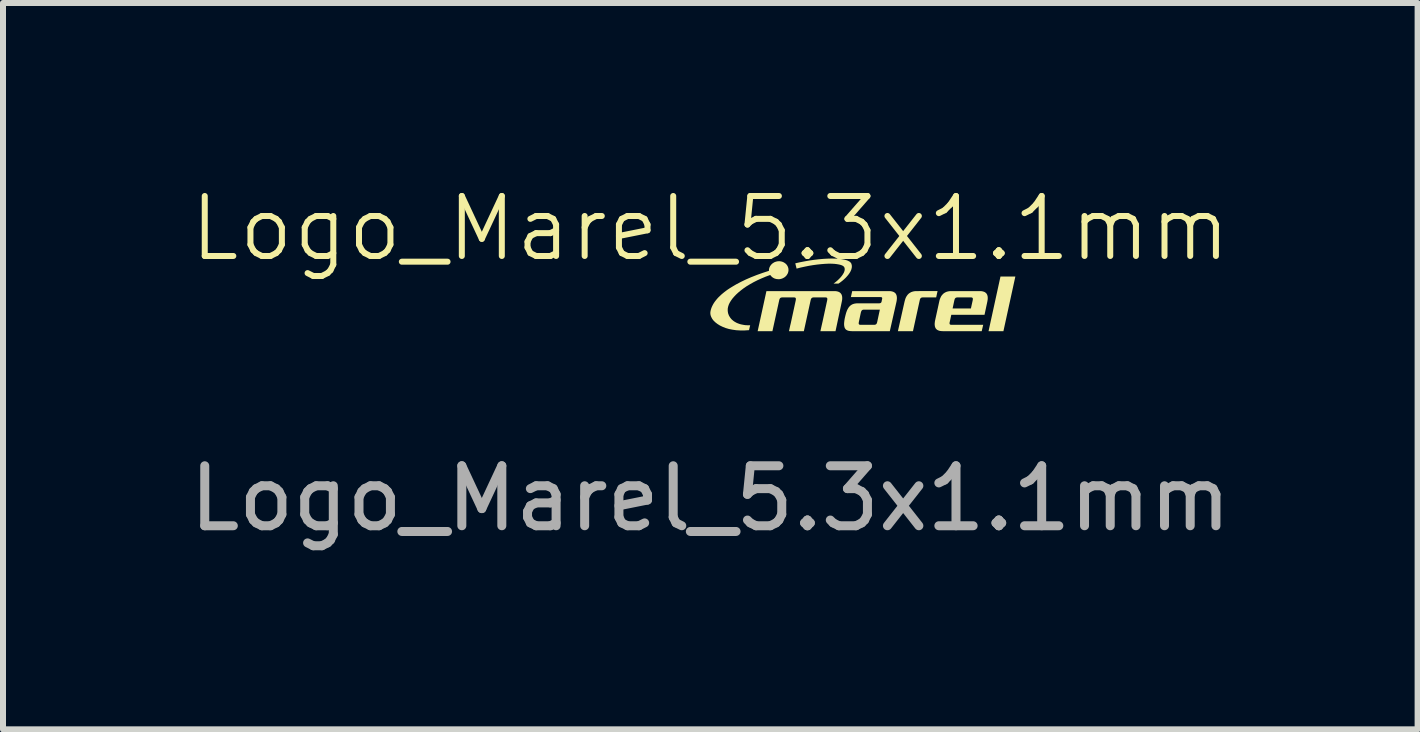
<source format=kicad_pcb>
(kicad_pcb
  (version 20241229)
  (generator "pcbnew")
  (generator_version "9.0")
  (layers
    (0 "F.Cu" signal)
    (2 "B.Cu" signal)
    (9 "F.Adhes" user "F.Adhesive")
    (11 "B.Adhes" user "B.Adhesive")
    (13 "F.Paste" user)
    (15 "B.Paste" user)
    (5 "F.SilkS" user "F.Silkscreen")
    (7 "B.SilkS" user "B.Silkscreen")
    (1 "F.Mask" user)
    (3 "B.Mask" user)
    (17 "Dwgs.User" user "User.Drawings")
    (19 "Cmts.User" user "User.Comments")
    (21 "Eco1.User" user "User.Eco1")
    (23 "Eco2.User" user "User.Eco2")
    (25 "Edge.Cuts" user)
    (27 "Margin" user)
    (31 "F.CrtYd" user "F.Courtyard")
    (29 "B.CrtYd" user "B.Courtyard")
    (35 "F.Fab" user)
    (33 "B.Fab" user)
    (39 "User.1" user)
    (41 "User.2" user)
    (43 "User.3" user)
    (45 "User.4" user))
  (footprint "Logo_Marel_5.3x1.1mm"
    (layer "F.Cu")
    (at 8.792 1.26)
    (property "Reference" "Logo_Marel_5.3x1.1mm" (at 0 -0.5 0) (unlocked yes) (layer "F.SilkS") (effects (font (size 1 1) (thickness 0.1))))
    (attr smd)
    (fp_poly (pts (xy 4.886 1.211) (xy 4.638 1.211) (xy 4.837 0.3) (xy 5.085 0.3)) (stroke (width -0.000001) (type solid)) (fill yes) (layer "F.SilkS"))
    (fp_poly (pts (xy 3.765 0.648) (xy 3.545 0.648) (xy 3.539 0.648) (xy 3.533 0.649) (xy 3.531 0.649) (xy 3.528 0.65) (xy 3.526 0.65) (xy 3.523 0.651) (xy 3.521 0.651) (xy 3.519 0.652) (xy 3.517 0.653) (xy 3.515 0.654) (xy 3.513 0.655) (xy 3.511 0.656) (xy 3.51 0.658) (xy 3.508 0.659) (xy 3.506 0.66) (xy 3.505 0.662) (xy 3.504 0.664) (xy 3.502 0.666) (xy 3.501 0.667) (xy 3.5 0.669) (xy 3.499 0.672) (xy 3.498 0.674) (xy 3.495 0.679) (xy 3.494 0.684) (xy 3.492 0.69) (xy 3.491 0.696) (xy 3.461 0.832) (xy 3.378 1.211) (xy 3.127 1.211) (xy 3.237 0.722) (xy 3.243 0.699) (xy 3.249 0.679) (xy 3.252 0.669) (xy 3.256 0.659) (xy 3.26 0.65) (xy 3.264 0.642) (xy 3.269 0.633) (xy 3.274 0.625) (xy 3.279 0.618) (xy 3.284 0.611) (xy 3.289 0.604) (xy 3.295 0.598) (xy 3.301 0.592) (xy 3.307 0.586) (xy 3.314 0.58) (xy 3.321 0.576) (xy 3.328 0.571) (xy 3.335 0.567) (xy 3.343 0.563) (xy 3.35 0.559) (xy 3.359 0.556) (xy 3.367 0.553) (xy 3.376 0.551) (xy 3.385 0.548) (xy 3.394 0.547) (xy 3.403 0.545) (xy 3.423 0.543) (xy 3.444 0.543) (xy 3.788 0.542)) (stroke (width -0.000001) (type solid)) (fill yes) (layer "F.SilkS"))
    (fp_poly (pts (xy 2.081 0.001) (xy 2.14 0.004) (xy 2.193 0.011) (xy 2.24 0.02) (xy 2.28 0.031) (xy 2.312 0.046) (xy 2.325 0.054) (xy 2.335 0.064) (xy 2.344 0.073) (xy 2.35 0.084) (xy 2.353 0.094) (xy 2.356 0.103) (xy 2.358 0.113) (xy 2.359 0.123) (xy 2.359 0.134) (xy 2.359 0.144) (xy 2.357 0.154) (xy 2.355 0.165) (xy 2.352 0.176) (xy 2.349 0.187) (xy 2.344 0.198) (xy 2.339 0.209) (xy 2.334 0.22) (xy 2.327 0.231) (xy 2.321 0.242) (xy 2.313 0.253) (xy 2.297 0.275) (xy 2.278 0.297) (xy 2.258 0.319) (xy 2.236 0.34) (xy 2.213 0.361) (xy 2.188 0.381) (xy 2.163 0.4) (xy 2.136 0.418) (xy 2.054 0.418) (xy 2.073 0.404) (xy 2.092 0.389) (xy 2.11 0.374) (xy 2.129 0.357) (xy 2.146 0.34) (xy 2.163 0.323) (xy 2.179 0.305) (xy 2.193 0.287) (xy 2.206 0.269) (xy 2.217 0.251) (xy 2.222 0.242) (xy 2.227 0.233) (xy 2.23 0.224) (xy 2.234 0.215) (xy 2.236 0.207) (xy 2.238 0.198) (xy 2.24 0.19) (xy 2.24 0.182) (xy 2.24 0.174) (xy 2.239 0.166) (xy 2.238 0.158) (xy 2.235 0.151) (xy 2.231 0.142) (xy 2.225 0.134) (xy 2.216 0.127) (xy 2.206 0.12) (xy 2.194 0.114) (xy 2.18 0.109) (xy 2.164 0.104) (xy 2.147 0.1) (xy 2.108 0.093) (xy 2.064 0.088) (xy 2.014 0.086) (xy 1.961 0.086) (xy 1.903 0.089) (xy 1.842 0.094) (xy 1.778 0.101) (xy 1.712 0.11) (xy 1.645 0.121) (xy 1.576 0.135) (xy 1.507 0.15) (xy 1.438 0.168) (xy 1.416 0.08) (xy 1.494 0.062) (xy 1.572 0.047) (xy 1.651 0.033) (xy 1.728 0.022) (xy 1.804 0.013) (xy 1.879 0.006) (xy 1.95 0.002) (xy 2.018 0.000034)) (stroke (width -0.000001) (type solid)) (fill yes) (layer "F.SilkS"))
    (fp_poly (pts (xy 2.071 0.543) (xy 2.081 0.543) (xy 2.091 0.544) (xy 2.1 0.545) (xy 2.109 0.547) (xy 2.117 0.548) (xy 2.125 0.551) (xy 2.133 0.553) (xy 2.14 0.556) (xy 2.147 0.559) (xy 2.153 0.563) (xy 2.159 0.567) (xy 2.164 0.571) (xy 2.17 0.576) (xy 2.174 0.581) (xy 2.178 0.586) (xy 2.182 0.592) (xy 2.186 0.598) (xy 2.189 0.604) (xy 2.191 0.611) (xy 2.194 0.618) (xy 2.195 0.626) (xy 2.197 0.633) (xy 2.198 0.642) (xy 2.198 0.65) (xy 2.199 0.66) (xy 2.198 0.669) (xy 2.198 0.679) (xy 2.197 0.689) (xy 2.195 0.7) (xy 2.193 0.711) (xy 2.191 0.722) (xy 2.087 1.211) (xy 1.835 1.211) (xy 1.856 1.116) (xy 1.859 1.103) (xy 1.862 1.09) (xy 1.865 1.076) (xy 1.869 1.06) (xy 1.948 0.696) (xy 1.949 0.69) (xy 1.95 0.684) (xy 1.95 0.679) (xy 1.95 0.674) (xy 1.95 0.672) (xy 1.95 0.67) (xy 1.95 0.668) (xy 1.949 0.666) (xy 1.949 0.664) (xy 1.948 0.662) (xy 1.948 0.66) (xy 1.947 0.659) (xy 1.946 0.658) (xy 1.945 0.656) (xy 1.944 0.655) (xy 1.942 0.654) (xy 1.941 0.653) (xy 1.939 0.652) (xy 1.938 0.651) (xy 1.936 0.651) (xy 1.934 0.65) (xy 1.932 0.65) (xy 1.929 0.649) (xy 1.927 0.649) (xy 1.922 0.648) (xy 1.916 0.648) (xy 1.726 0.648) (xy 1.72 0.648) (xy 1.715 0.649) (xy 1.712 0.649) (xy 1.709 0.65) (xy 1.707 0.65) (xy 1.705 0.651) (xy 1.702 0.651) (xy 1.7 0.652) (xy 1.698 0.653) (xy 1.696 0.654) (xy 1.695 0.655) (xy 1.693 0.656) (xy 1.691 0.658) (xy 1.689 0.659) (xy 1.688 0.66) (xy 1.686 0.662) (xy 1.685 0.664) (xy 1.684 0.666) (xy 1.682 0.668) (xy 1.681 0.67) (xy 1.68 0.672) (xy 1.679 0.674) (xy 1.678 0.676) (xy 1.677 0.679) (xy 1.675 0.684) (xy 1.673 0.69) (xy 1.672 0.696) (xy 1.672 0.696) (xy 1.559 1.211) (xy 1.311 1.211) (xy 1.333 1.11) (xy 1.336 1.099) (xy 1.339 1.087) (xy 1.342 1.074) (xy 1.345 1.06) (xy 1.423 0.701) (xy 1.424 0.694) (xy 1.425 0.687) (xy 1.426 0.681) (xy 1.426 0.676) (xy 1.426 0.673) (xy 1.426 0.671) (xy 1.426 0.669) (xy 1.425 0.667) (xy 1.425 0.665) (xy 1.424 0.663) (xy 1.423 0.661) (xy 1.423 0.66) (xy 1.422 0.658) (xy 1.421 0.657) (xy 1.419 0.655) (xy 1.418 0.654) (xy 1.417 0.653) (xy 1.415 0.652) (xy 1.413 0.652) (xy 1.412 0.651) (xy 1.41 0.65) (xy 1.408 0.65) (xy 1.405 0.649) (xy 1.403 0.649) (xy 1.398 0.648) (xy 1.392 0.648) (xy 1.202 0.648) (xy 1.196 0.648) (xy 1.19 0.649) (xy 1.188 0.649) (xy 1.185 0.65) (xy 1.183 0.65) (xy 1.181 0.651) (xy 1.178 0.651) (xy 1.176 0.652) (xy 1.174 0.653) (xy 1.172 0.654) (xy 1.17 0.655) (xy 1.169 0.656) (xy 1.167 0.658) (xy 1.165 0.659) (xy 1.164 0.66) (xy 1.162 0.662) (xy 1.161 0.664) (xy 1.16 0.666) (xy 1.158 0.668) (xy 1.157 0.67) (xy 1.156 0.672) (xy 1.155 0.674) (xy 1.154 0.676) (xy 1.153 0.679) (xy 1.151 0.684) (xy 1.149 0.69) (xy 1.148 0.696) (xy 1.035 1.211) (xy 0.789 1.211) (xy 0.935 0.543) (xy 2.061 0.543)) (stroke (width -0.000001) (type solid)) (fill yes) (layer "F.SilkS"))
    (fp_poly (pts (xy 4.507 0.543) (xy 4.517 0.544) (xy 4.526 0.545) (xy 4.535 0.547) (xy 4.543 0.548) (xy 4.551 0.551) (xy 4.559 0.553) (xy 4.566 0.556) (xy 4.573 0.559) (xy 4.579 0.563) (xy 4.585 0.567) (xy 4.591 0.571) (xy 4.596 0.576) (xy 4.6 0.58) (xy 4.605 0.586) (xy 4.608 0.592) (xy 4.612 0.598) (xy 4.615 0.604) (xy 4.617 0.611) (xy 4.62 0.618) (xy 4.621 0.625) (xy 4.623 0.633) (xy 4.624 0.642) (xy 4.624 0.65) (xy 4.625 0.659) (xy 4.624 0.669) (xy 4.624 0.679) (xy 4.621 0.699) (xy 4.617 0.722) (xy 4.571 0.938) (xy 4.017 0.938) (xy 3.991 1.057) (xy 3.989 1.063) (xy 3.989 1.069) (xy 3.988 1.072) (xy 3.988 1.075) (xy 3.988 1.077) (xy 3.988 1.079) (xy 3.988 1.082) (xy 3.988 1.084) (xy 3.988 1.086) (xy 3.989 1.088) (xy 3.989 1.09) (xy 3.99 1.091) (xy 3.991 1.093) (xy 3.991 1.094) (xy 3.992 1.096) (xy 3.994 1.097) (xy 3.995 1.098) (xy 3.996 1.099) (xy 3.997 1.1) (xy 3.999 1.101) (xy 4.001 1.102) (xy 4.003 1.103) (xy 4.005 1.103) (xy 4.007 1.104) (xy 4.009 1.104) (xy 4.011 1.105) (xy 4.014 1.105) (xy 4.017 1.105) (xy 4.019 1.105) (xy 4.022 1.105) (xy 4.455 1.105) (xy 4.549 1.105) (xy 4.524 1.211) (xy 3.878 1.211) (xy 3.857 1.21) (xy 3.847 1.209) (xy 3.838 1.208) (xy 3.829 1.207) (xy 3.821 1.205) (xy 3.813 1.203) (xy 3.805 1.2) (xy 3.798 1.197) (xy 3.792 1.194) (xy 3.785 1.191) (xy 3.779 1.187) (xy 3.774 1.182) (xy 3.769 1.178) (xy 3.764 1.173) (xy 3.76 1.168) (xy 3.756 1.162) (xy 3.753 1.156) (xy 3.75 1.149) (xy 3.747 1.143) (xy 3.745 1.135) (xy 3.743 1.128) (xy 3.742 1.12) (xy 3.741 1.112) (xy 3.74 1.103) (xy 3.74 1.094) (xy 3.74 1.085) (xy 3.741 1.075) (xy 3.743 1.054) (xy 3.747 1.032) (xy 3.791 0.832) (xy 4.039 0.832) (xy 4.344 0.832) (xy 4.374 0.696) (xy 4.375 0.69) (xy 4.376 0.684) (xy 4.376 0.681) (xy 4.376 0.679) (xy 4.376 0.676) (xy 4.376 0.674) (xy 4.376 0.672) (xy 4.376 0.669) (xy 4.376 0.667) (xy 4.376 0.666) (xy 4.375 0.664) (xy 4.374 0.662) (xy 4.374 0.66) (xy 4.373 0.659) (xy 4.372 0.658) (xy 4.371 0.656) (xy 4.37 0.655) (xy 4.368 0.654) (xy 4.367 0.653) (xy 4.365 0.652) (xy 4.364 0.651) (xy 4.362 0.651) (xy 4.36 0.65) (xy 4.358 0.65) (xy 4.356 0.649) (xy 4.353 0.649) (xy 4.351 0.648) (xy 4.348 0.648) (xy 4.345 0.648) (xy 4.342 0.648) (xy 4.122 0.648) (xy 4.116 0.648) (xy 4.111 0.649) (xy 4.108 0.649) (xy 4.106 0.65) (xy 4.103 0.65) (xy 4.101 0.651) (xy 4.099 0.651) (xy 4.097 0.652) (xy 4.094 0.653) (xy 4.093 0.654) (xy 4.091 0.655) (xy 4.089 0.656) (xy 4.087 0.658) (xy 4.086 0.659) (xy 4.084 0.66) (xy 4.083 0.662) (xy 4.081 0.664) (xy 4.08 0.666) (xy 4.078 0.667) (xy 4.077 0.669) (xy 4.076 0.672) (xy 4.075 0.674) (xy 4.073 0.679) (xy 4.071 0.684) (xy 4.07 0.69) (xy 4.068 0.696) (xy 4.039 0.832) (xy 3.791 0.832) (xy 3.815 0.722) (xy 3.82 0.699) (xy 3.826 0.679) (xy 3.83 0.669) (xy 3.834 0.659) (xy 3.838 0.65) (xy 3.842 0.642) (xy 3.846 0.633) (xy 3.851 0.625) (xy 3.856 0.618) (xy 3.861 0.611) (xy 3.867 0.604) (xy 3.873 0.598) (xy 3.879 0.592) (xy 3.885 0.586) (xy 3.891 0.58) (xy 3.898 0.576) (xy 3.905 0.571) (xy 3.913 0.567) (xy 3.92 0.563) (xy 3.928 0.559) (xy 3.936 0.556) (xy 3.944 0.553) (xy 3.953 0.551) (xy 3.962 0.548) (xy 3.971 0.547) (xy 3.981 0.545) (xy 4 0.543) (xy 4.021 0.543) (xy 4.487 0.543)) (stroke (width -0.000001) (type solid)) (fill yes) (layer "F.SilkS"))
    (fp_poly (pts (xy 1.155 0.045) (xy 1.163 0.046) (xy 1.171 0.047) (xy 1.178 0.048) (xy 1.186 0.05) (xy 1.194 0.052) (xy 1.201 0.054) (xy 1.208 0.057) (xy 1.215 0.06) (xy 1.222 0.063) (xy 1.229 0.067) (xy 1.235 0.071) (xy 1.241 0.075) (xy 1.247 0.079) (xy 1.253 0.084) (xy 1.259 0.089) (xy 1.264 0.094) (xy 1.269 0.1) (xy 1.274 0.105) (xy 1.278 0.111) (xy 1.282 0.118) (xy 1.286 0.124) (xy 1.289 0.13) (xy 1.292 0.137) (xy 1.295 0.144) (xy 1.297 0.151) (xy 1.299 0.159) (xy 1.301 0.166) (xy 1.302 0.174) (xy 1.302 0.182) (xy 1.303 0.189) (xy 1.303 0.197) (xy 1.302 0.204) (xy 1.301 0.211) (xy 1.3 0.219) (xy 1.298 0.226) (xy 1.296 0.233) (xy 1.294 0.24) (xy 1.291 0.247) (xy 1.288 0.253) (xy 1.284 0.26) (xy 1.28 0.266) (xy 1.276 0.273) (xy 1.272 0.279) (xy 1.267 0.285) (xy 1.262 0.29) (xy 1.257 0.296) (xy 1.251 0.301) (xy 1.245 0.306) (xy 1.239 0.311) (xy 1.233 0.315) (xy 1.226 0.319) (xy 1.219 0.323) (xy 1.212 0.327) (xy 1.205 0.33) (xy 1.198 0.333) (xy 1.19 0.336) (xy 1.182 0.338) (xy 1.174 0.34) (xy 1.166 0.342) (xy 1.153 0.344) (xy 1.14 0.344) (xy 1.128 0.344) (xy 1.115 0.343) (xy 1.103 0.342) (xy 1.092 0.339) (xy 1.08 0.336) (xy 1.069 0.332) (xy 1.058 0.327) (xy 1.048 0.321) (xy 1.039 0.315) (xy 1.029 0.308) (xy 1.021 0.3) (xy 1.013 0.292) (xy 1.006 0.284) (xy 0.999 0.274) (xy 0.923 0.302) (xy 0.851 0.332) (xy 0.783 0.363) (xy 0.72 0.395) (xy 0.66 0.429) (xy 0.605 0.462) (xy 0.554 0.497) (xy 0.508 0.532) (xy 0.466 0.567) (xy 0.428 0.602) (xy 0.395 0.637) (xy 0.366 0.671) (xy 0.342 0.705) (xy 0.322 0.738) (xy 0.307 0.77) (xy 0.297 0.801) (xy 0.294 0.815) (xy 0.291 0.83) (xy 0.29 0.844) (xy 0.29 0.859) (xy 0.29 0.873) (xy 0.292 0.888) (xy 0.294 0.902) (xy 0.297 0.916) (xy 0.302 0.929) (xy 0.307 0.943) (xy 0.313 0.956) (xy 0.321 0.969) (xy 0.329 0.982) (xy 0.338 0.994) (xy 0.348 1.006) (xy 0.359 1.018) (xy 0.371 1.028) (xy 0.384 1.039) (xy 0.398 1.049) (xy 0.413 1.058) (xy 0.429 1.067) (xy 0.445 1.075) (xy 0.463 1.082) (xy 0.482 1.089) (xy 0.501 1.095) (xy 0.522 1.1) (xy 0.543 1.104) (xy 0.565 1.108) (xy 0.589 1.111) (xy 0.613 1.112) (xy 0.638 1.113) (xy 0.664 1.113) (xy 0.645 1.194) (xy 0.57 1.199) (xy 0.499 1.199) (xy 0.431 1.195) (xy 0.368 1.186) (xy 0.308 1.174) (xy 0.254 1.158) (xy 0.204 1.138) (xy 0.159 1.116) (xy 0.119 1.091) (xy 0.084 1.064) (xy 0.055 1.036) (xy 0.043 1.021) (xy 0.032 1.006) (xy 0.023 0.99) (xy 0.015 0.974) (xy 0.009 0.959) (xy 0.004 0.943) (xy 0.001 0.926) (xy 0.000058 0.91) (xy 0.000463 0.894) (xy 0.003 0.878) (xy 0.008 0.855) (xy 0.015 0.832) (xy 0.024 0.808) (xy 0.035 0.785) (xy 0.047 0.762) (xy 0.061 0.739) (xy 0.077 0.716) (xy 0.095 0.693) (xy 0.114 0.67) (xy 0.135 0.647) (xy 0.158 0.625) (xy 0.182 0.602) (xy 0.208 0.58) (xy 0.235 0.558) (xy 0.264 0.536) (xy 0.295 0.514) (xy 0.327 0.493) (xy 0.361 0.472) (xy 0.432 0.43) (xy 0.51 0.389) (xy 0.593 0.349) (xy 0.681 0.311) (xy 0.775 0.274) (xy 0.873 0.239) (xy 0.977 0.205) (xy 0.977 0.198) (xy 0.977 0.191) (xy 0.978 0.184) (xy 0.978 0.178) (xy 0.98 0.171) (xy 0.981 0.164) (xy 0.983 0.158) (xy 0.985 0.151) (xy 0.988 0.145) (xy 0.991 0.139) (xy 0.994 0.132) (xy 0.997 0.126) (xy 1.001 0.121) (xy 1.005 0.115) (xy 1.009 0.109) (xy 1.013 0.104) (xy 1.018 0.099) (xy 1.023 0.094) (xy 1.028 0.089) (xy 1.033 0.084) (xy 1.039 0.08) (xy 1.045 0.076) (xy 1.051 0.072) (xy 1.057 0.068) (xy 1.064 0.064) (xy 1.07 0.061) (xy 1.077 0.058) (xy 1.084 0.056) (xy 1.091 0.053) (xy 1.099 0.051) (xy 1.106 0.049) (xy 1.114 0.048) (xy 1.122 0.046) (xy 1.13 0.046) (xy 1.139 0.045) (xy 1.147 0.045)) (stroke (width -0.000001) (type solid)) (fill yes) (layer "F.SilkS"))
    (fp_poly (pts (xy 2.993 0.543) (xy 3.002 0.544) (xy 3.012 0.545) (xy 3.021 0.547) (xy 3.029 0.548) (xy 3.037 0.551) (xy 3.044 0.553) (xy 3.052 0.556) (xy 3.058 0.559) (xy 3.065 0.563) (xy 3.071 0.567) (xy 3.076 0.571) (xy 3.081 0.575) (xy 3.086 0.58) (xy 3.09 0.586) (xy 3.094 0.591) (xy 3.097 0.597) (xy 3.1 0.604) (xy 3.103 0.611) (xy 3.105 0.618) (xy 3.107 0.625) (xy 3.108 0.633) (xy 3.109 0.641) (xy 3.11 0.65) (xy 3.11 0.659) (xy 3.11 0.669) (xy 3.109 0.678) (xy 3.107 0.699) (xy 3.103 0.721) (xy 2.992 1.211) (xy 2.363 1.211) (xy 2.342 1.21) (xy 2.323 1.208) (xy 2.305 1.205) (xy 2.297 1.203) (xy 2.289 1.2) (xy 2.282 1.197) (xy 2.276 1.194) (xy 2.269 1.19) (xy 2.263 1.186) (xy 2.258 1.181) (xy 2.253 1.176) (xy 2.249 1.17) (xy 2.245 1.164) (xy 2.241 1.157) (xy 2.238 1.149) (xy 2.236 1.141) (xy 2.234 1.133) (xy 2.232 1.124) (xy 2.231 1.114) (xy 2.23 1.103) (xy 2.23 1.092) (xy 2.23 1.079) (xy 2.473 1.079) (xy 2.473 1.082) (xy 2.474 1.084) (xy 2.474 1.086) (xy 2.474 1.088) (xy 2.475 1.09) (xy 2.475 1.091) (xy 2.476 1.093) (xy 2.477 1.094) (xy 2.478 1.096) (xy 2.479 1.097) (xy 2.48 1.098) (xy 2.481 1.099) (xy 2.483 1.1) (xy 2.484 1.101) (xy 2.486 1.102) (xy 2.488 1.103) (xy 2.49 1.103) (xy 2.492 1.104) (xy 2.494 1.104) (xy 2.497 1.105) (xy 2.499 1.105) (xy 2.502 1.105) (xy 2.505 1.105) (xy 2.508 1.105) (xy 2.728 1.105) (xy 2.734 1.105) (xy 2.739 1.105) (xy 2.742 1.104) (xy 2.744 1.104) (xy 2.747 1.103) (xy 2.749 1.103) (xy 2.751 1.102) (xy 2.753 1.101) (xy 2.755 1.1) (xy 2.757 1.099) (xy 2.759 1.098) (xy 2.761 1.097) (xy 2.763 1.096) (xy 2.764 1.094) (xy 2.766 1.093) (xy 2.767 1.091) (xy 2.769 1.09) (xy 2.77 1.088) (xy 2.771 1.086) (xy 2.773 1.084) (xy 2.774 1.082) (xy 2.775 1.079) (xy 2.777 1.075) (xy 2.779 1.069) (xy 2.78 1.063) (xy 2.782 1.057) (xy 2.826 0.852) (xy 2.826 0.852) (xy 2.563 0.852) (xy 2.557 0.853) (xy 2.552 0.853) (xy 2.549 0.853) (xy 2.547 0.854) (xy 2.544 0.854) (xy 2.542 0.855) (xy 2.54 0.856) (xy 2.538 0.856) (xy 2.536 0.857) (xy 2.534 0.858) (xy 2.532 0.859) (xy 2.53 0.861) (xy 2.529 0.862) (xy 2.527 0.863) (xy 2.526 0.865) (xy 2.524 0.866) (xy 2.523 0.868) (xy 2.522 0.87) (xy 2.52 0.872) (xy 2.519 0.874) (xy 2.518 0.876) (xy 2.517 0.878) (xy 2.515 0.883) (xy 2.513 0.888) (xy 2.511 0.894) (xy 2.509 0.901) (xy 2.476 1.057) (xy 2.475 1.063) (xy 2.474 1.069) (xy 2.474 1.072) (xy 2.474 1.075) (xy 2.473 1.077) (xy 2.473 1.079) (xy 2.23 1.079) (xy 2.231 1.068) (xy 2.234 1.041) (xy 2.238 1.012) (xy 2.245 0.979) (xy 2.253 0.946) (xy 2.261 0.916) (xy 2.265 0.902) (xy 2.27 0.889) (xy 2.274 0.877) (xy 2.279 0.865) (xy 2.284 0.854) (xy 2.289 0.844) (xy 2.295 0.834) (xy 2.3 0.825) (xy 2.306 0.816) (xy 2.312 0.808) (xy 2.318 0.801) (xy 2.325 0.794) (xy 2.331 0.788) (xy 2.338 0.782) (xy 2.345 0.777) (xy 2.353 0.772) (xy 2.36 0.767) (xy 2.368 0.764) (xy 2.376 0.76) (xy 2.385 0.757) (xy 2.393 0.755) (xy 2.402 0.752) (xy 2.412 0.751) (xy 2.421 0.749) (xy 2.431 0.748) (xy 2.441 0.747) (xy 2.462 0.747) (xy 2.812 0.747) (xy 2.817 0.747) (xy 2.821 0.746) (xy 2.824 0.746) (xy 2.826 0.745) (xy 2.828 0.745) (xy 2.83 0.745) (xy 2.831 0.744) (xy 2.833 0.743) (xy 2.835 0.743) (xy 2.836 0.742) (xy 2.838 0.741) (xy 2.839 0.741) (xy 2.841 0.74) (xy 2.842 0.739) (xy 2.843 0.738) (xy 2.844 0.737) (xy 2.846 0.735) (xy 2.847 0.734) (xy 2.848 0.733) (xy 2.849 0.732) (xy 2.85 0.73) (xy 2.851 0.729) (xy 2.852 0.727) (xy 2.852 0.725) (xy 2.853 0.724) (xy 2.854 0.722) (xy 2.854 0.72) (xy 2.855 0.718) (xy 2.855 0.716) (xy 2.864 0.673) (xy 2.864 0.671) (xy 2.865 0.669) (xy 2.865 0.667) (xy 2.865 0.666) (xy 2.865 0.664) (xy 2.865 0.662) (xy 2.865 0.661) (xy 2.865 0.659) (xy 2.865 0.658) (xy 2.864 0.656) (xy 2.864 0.655) (xy 2.863 0.654) (xy 2.863 0.653) (xy 2.862 0.651) (xy 2.861 0.65) (xy 2.86 0.65) (xy 2.859 0.649) (xy 2.858 0.648) (xy 2.857 0.647) (xy 2.856 0.646) (xy 2.855 0.646) (xy 2.853 0.645) (xy 2.852 0.645) (xy 2.851 0.644) (xy 2.849 0.644) (xy 2.847 0.643) (xy 2.844 0.643) (xy 2.84 0.643) (xy 2.836 0.642) (xy 2.462 0.642) (xy 2.343 0.643) (xy 2.365 0.543) (xy 2.972 0.543)) (stroke (width -0.000001) (type solid)) (fill yes) (layer "F.SilkS"))
    (fp_text user "${REFERENCE}" (at 0 4 0) (unlocked yes) (layer "F.Fab") (effects (font (size 1 1) (thickness 0.15)))))
  (gr_rect
    (start -3 -3)
    (end 20.583 9.109)
    (stroke (width 0.1) (type default))
    (fill no)
    (layer "Edge.Cuts")))
</source>
